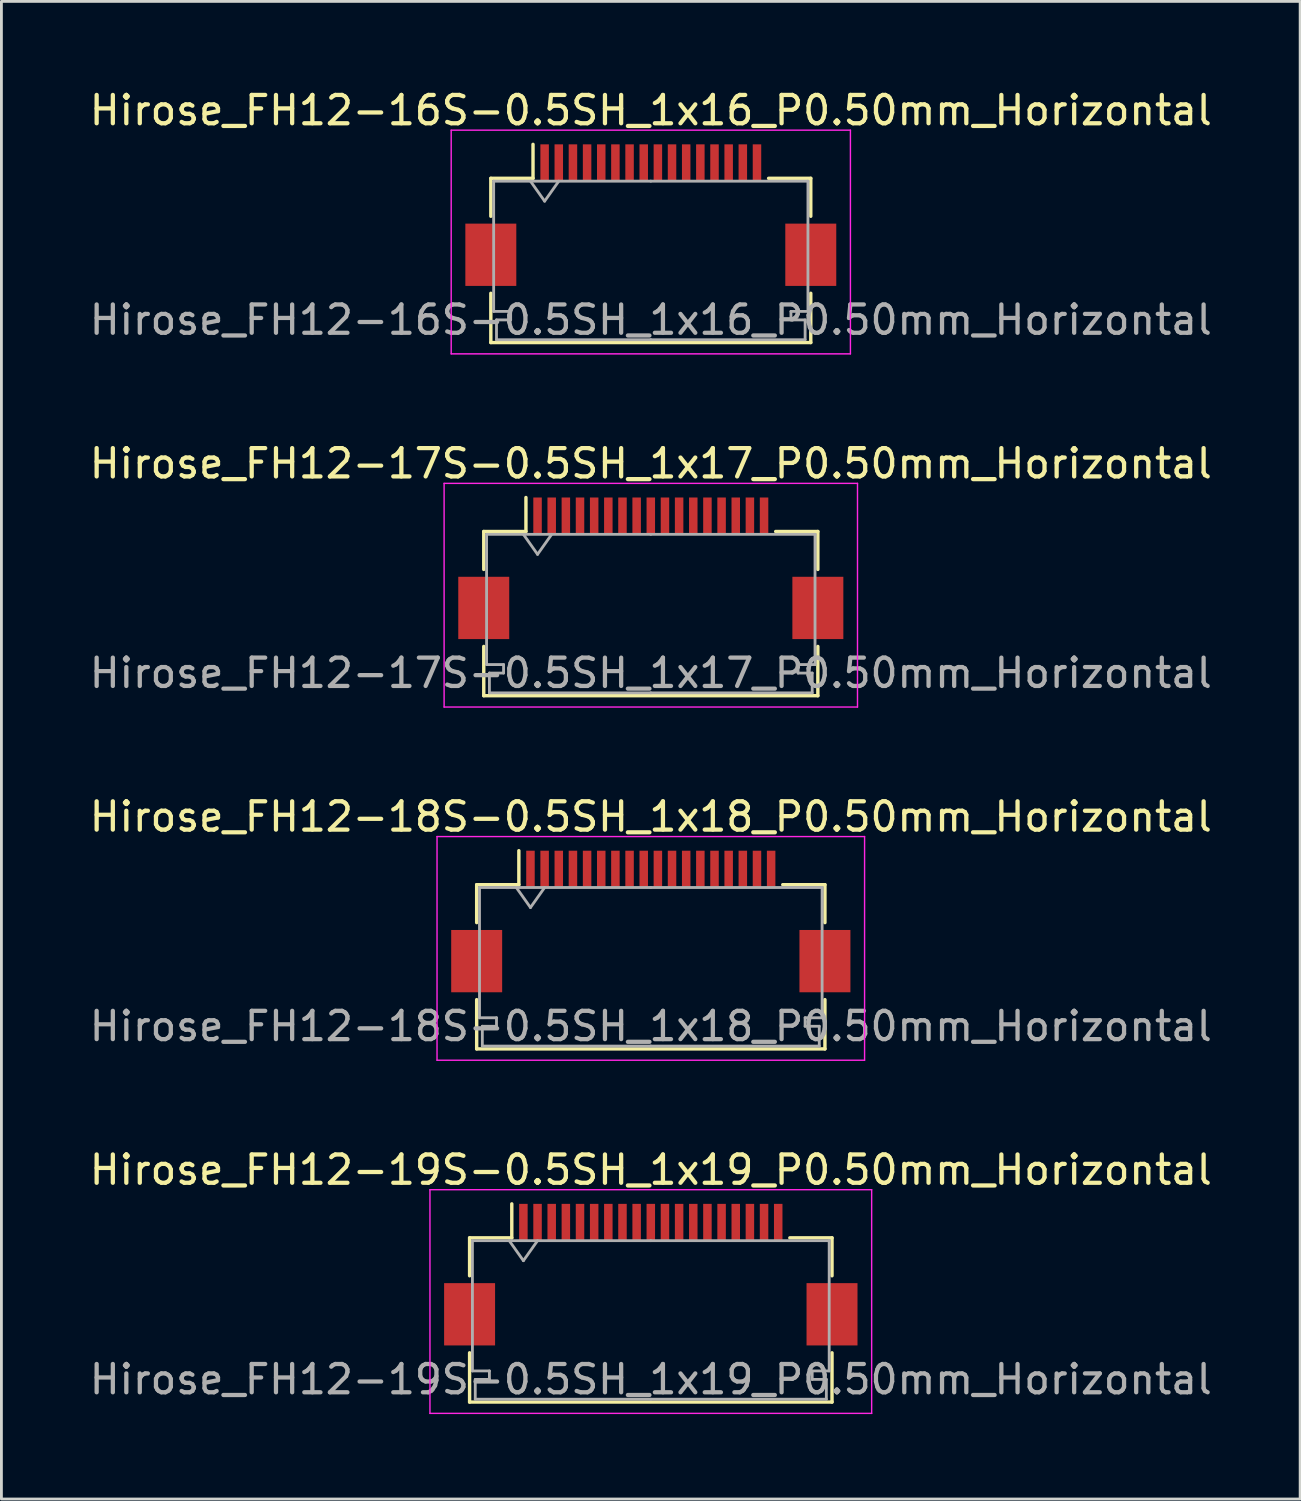
<source format=kicad_pcb>
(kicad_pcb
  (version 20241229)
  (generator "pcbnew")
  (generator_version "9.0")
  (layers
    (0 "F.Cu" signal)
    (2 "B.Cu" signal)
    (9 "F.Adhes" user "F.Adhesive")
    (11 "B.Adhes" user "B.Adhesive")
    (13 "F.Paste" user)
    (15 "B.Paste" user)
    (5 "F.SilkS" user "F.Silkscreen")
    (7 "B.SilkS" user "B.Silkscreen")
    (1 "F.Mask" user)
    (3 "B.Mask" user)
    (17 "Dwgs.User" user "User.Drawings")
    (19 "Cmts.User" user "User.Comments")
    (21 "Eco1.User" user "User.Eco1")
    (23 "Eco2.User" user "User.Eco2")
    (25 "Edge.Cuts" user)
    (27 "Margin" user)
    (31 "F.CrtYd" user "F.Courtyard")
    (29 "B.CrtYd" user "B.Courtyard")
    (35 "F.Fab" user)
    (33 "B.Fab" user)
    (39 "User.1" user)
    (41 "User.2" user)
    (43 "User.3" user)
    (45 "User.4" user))
  (footprint "Hirose_FH12-16S-0.5SH_1x16_P0.50mm_Horizontal"
    (layer "F.Cu")
    (at 19.935 4.548)
    (property "Reference" "Hirose_FH12-16S-0.5SH_1x16_P0.50mm_Horizontal" (at 0 -3.7 0) (layer "F.SilkS") (effects (font (size 1 1) (thickness 0.15))))
    (attr smd)
    (fp_line (start -5.65 -1.3) (end -5.65 0.04) (stroke (width 0.12) (type solid)) (layer "F.SilkS"))
    (fp_line (start -5.65 2.76) (end -5.65 4.5) (stroke (width 0.12) (type solid)) (layer "F.SilkS"))
    (fp_line (start -5.65 4.5) (end 5.65 4.5) (stroke (width 0.12) (type solid)) (layer "F.SilkS"))
    (fp_line (start -4.16 -1.3) (end -5.65 -1.3) (stroke (width 0.12) (type solid)) (layer "F.SilkS"))
    (fp_line (start -4.16 -1.3) (end -4.16 -2.5) (stroke (width 0.12) (type solid)) (layer "F.SilkS"))
    (fp_line (start 4.16 -1.3) (end 5.65 -1.3) (stroke (width 0.12) (type solid)) (layer "F.SilkS"))
    (fp_line (start 5.65 -1.3) (end 5.65 0.04) (stroke (width 0.12) (type solid)) (layer "F.SilkS"))
    (fp_line (start 5.65 4.5) (end 5.65 2.76) (stroke (width 0.12) (type solid)) (layer "F.SilkS"))
    (fp_line (start -7.05 -3) (end -7.05 4.9) (stroke (width 0.05) (type solid)) (layer "F.CrtYd"))
    (fp_line (start -7.05 4.9) (end 7.05 4.9) (stroke (width 0.05) (type solid)) (layer "F.CrtYd"))
    (fp_line (start 7.05 -3) (end -7.05 -3) (stroke (width 0.05) (type solid)) (layer "F.CrtYd"))
    (fp_line (start 7.05 4.9) (end 7.05 -3) (stroke (width 0.05) (type solid)) (layer "F.CrtYd"))
    (fp_line (start -5.55 -1.2) (end -5.55 3.4) (stroke (width 0.1) (type solid)) (layer "F.Fab"))
    (fp_line (start -5.55 3.4) (end -4.95 3.4) (stroke (width 0.1) (type solid)) (layer "F.Fab"))
    (fp_line (start -5.45 3.7) (end -5.45 4.4) (stroke (width 0.1) (type solid)) (layer "F.Fab"))
    (fp_line (start -5.45 4.4) (end 0 4.4) (stroke (width 0.1) (type solid)) (layer "F.Fab"))
    (fp_line (start -4.95 3.4) (end -4.95 3.7) (stroke (width 0.1) (type solid)) (layer "F.Fab"))
    (fp_line (start -4.95 3.7) (end -5.45 3.7) (stroke (width 0.1) (type solid)) (layer "F.Fab"))
    (fp_line (start -4.25 -1.2) (end -3.75 -0.493) (stroke (width 0.1) (type solid)) (layer "F.Fab"))
    (fp_line (start -3.75 -0.493) (end -3.25 -1.2) (stroke (width 0.1) (type solid)) (layer "F.Fab"))
    (fp_line (start 0 -1.2) (end -5.55 -1.2) (stroke (width 0.1) (type solid)) (layer "F.Fab"))
    (fp_line (start 0 -1.2) (end 5.55 -1.2) (stroke (width 0.1) (type solid)) (layer "F.Fab"))
    (fp_line (start 4.95 3.4) (end 4.95 3.7) (stroke (width 0.1) (type solid)) (layer "F.Fab"))
    (fp_line (start 4.95 3.7) (end 5.45 3.7) (stroke (width 0.1) (type solid)) (layer "F.Fab"))
    (fp_line (start 5.45 3.7) (end 5.45 4.4) (stroke (width 0.1) (type solid)) (layer "F.Fab"))
    (fp_line (start 5.45 4.4) (end 0 4.4) (stroke (width 0.1) (type solid)) (layer "F.Fab"))
    (fp_line (start 5.55 -1.2) (end 5.55 3.4) (stroke (width 0.1) (type solid)) (layer "F.Fab"))
    (fp_line (start 5.55 3.4) (end 4.95 3.4) (stroke (width 0.1) (type solid)) (layer "F.Fab"))
    (fp_text user "${REFERENCE}" (at 0 3.7 0) (layer "F.Fab") (effects (font (size 1 1) (thickness 0.15))))
    (pad "" smd rect (at -5.65 1.4) (size 1.8 2.2) (layers "F.Cu" "F.Mask" "F.Paste"))
    (pad "" smd rect (at 5.65 1.4) (size 1.8 2.2) (layers "F.Cu" "F.Mask" "F.Paste"))
    (pad "1" smd rect (at -3.75 -1.85) (size 0.3 1.3) (layers "F.Cu" "F.Mask" "F.Paste"))
    (pad "2" smd rect (at -3.25 -1.85) (size 0.3 1.3) (layers "F.Cu" "F.Mask" "F.Paste"))
    (pad "3" smd rect (at -2.75 -1.85) (size 0.3 1.3) (layers "F.Cu" "F.Mask" "F.Paste"))
    (pad "4" smd rect (at -2.25 -1.85) (size 0.3 1.3) (layers "F.Cu" "F.Mask" "F.Paste"))
    (pad "5" smd rect (at -1.75 -1.85) (size 0.3 1.3) (layers "F.Cu" "F.Mask" "F.Paste"))
    (pad "6" smd rect (at -1.25 -1.85) (size 0.3 1.3) (layers "F.Cu" "F.Mask" "F.Paste"))
    (pad "7" smd rect (at -0.75 -1.85) (size 0.3 1.3) (layers "F.Cu" "F.Mask" "F.Paste"))
    (pad "8" smd rect (at -0.25 -1.85) (size 0.3 1.3) (layers "F.Cu" "F.Mask" "F.Paste"))
    (pad "9" smd rect (at 0.25 -1.85) (size 0.3 1.3) (layers "F.Cu" "F.Mask" "F.Paste"))
    (pad "10" smd rect (at 0.75 -1.85) (size 0.3 1.3) (layers "F.Cu" "F.Mask" "F.Paste"))
    (pad "11" smd rect (at 1.25 -1.85) (size 0.3 1.3) (layers "F.Cu" "F.Mask" "F.Paste"))
    (pad "12" smd rect (at 1.75 -1.85) (size 0.3 1.3) (layers "F.Cu" "F.Mask" "F.Paste"))
    (pad "13" smd rect (at 2.25 -1.85) (size 0.3 1.3) (layers "F.Cu" "F.Mask" "F.Paste"))
    (pad "14" smd rect (at 2.75 -1.85) (size 0.3 1.3) (layers "F.Cu" "F.Mask" "F.Paste"))
    (pad "15" smd rect (at 3.25 -1.85) (size 0.3 1.3) (layers "F.Cu" "F.Mask" "F.Paste"))
    (pad "16" smd rect (at 3.75 -1.85) (size 0.3 1.3) (layers "F.Cu" "F.Mask" "F.Paste")))
  (footprint "Hirose_FH12-19S-0.5SH_1x19_P0.50mm_Horizontal"
    (layer "F.Cu")
    (at 19.935 41.968)
    (property "Reference" "Hirose_FH12-19S-0.5SH_1x19_P0.50mm_Horizontal" (at 0 -3.7 0) (layer "F.SilkS") (effects (font (size 1 1) (thickness 0.15))))
    (attr smd)
    (fp_line (start -6.4 -1.3) (end -6.4 0.04) (stroke (width 0.12) (type solid)) (layer "F.SilkS"))
    (fp_line (start -6.4 2.76) (end -6.4 4.5) (stroke (width 0.12) (type solid)) (layer "F.SilkS"))
    (fp_line (start -6.4 4.5) (end 6.4 4.5) (stroke (width 0.12) (type solid)) (layer "F.SilkS"))
    (fp_line (start -4.91 -1.3) (end -6.4 -1.3) (stroke (width 0.12) (type solid)) (layer "F.SilkS"))
    (fp_line (start -4.91 -1.3) (end -4.91 -2.5) (stroke (width 0.12) (type solid)) (layer "F.SilkS"))
    (fp_line (start 4.91 -1.3) (end 6.4 -1.3) (stroke (width 0.12) (type solid)) (layer "F.SilkS"))
    (fp_line (start 6.4 -1.3) (end 6.4 0.04) (stroke (width 0.12) (type solid)) (layer "F.SilkS"))
    (fp_line (start 6.4 4.5) (end 6.4 2.76) (stroke (width 0.12) (type solid)) (layer "F.SilkS"))
    (fp_line (start -7.8 -3) (end -7.8 4.9) (stroke (width 0.05) (type solid)) (layer "F.CrtYd"))
    (fp_line (start -7.8 4.9) (end 7.8 4.9) (stroke (width 0.05) (type solid)) (layer "F.CrtYd"))
    (fp_line (start 7.8 -3) (end -7.8 -3) (stroke (width 0.05) (type solid)) (layer "F.CrtYd"))
    (fp_line (start 7.8 4.9) (end 7.8 -3) (stroke (width 0.05) (type solid)) (layer "F.CrtYd"))
    (fp_line (start -6.3 -1.2) (end -6.3 3.4) (stroke (width 0.1) (type solid)) (layer "F.Fab"))
    (fp_line (start -6.3 3.4) (end -5.7 3.4) (stroke (width 0.1) (type solid)) (layer "F.Fab"))
    (fp_line (start -6.2 3.7) (end -6.2 4.4) (stroke (width 0.1) (type solid)) (layer "F.Fab"))
    (fp_line (start -6.2 4.4) (end 0 4.4) (stroke (width 0.1) (type solid)) (layer "F.Fab"))
    (fp_line (start -5.7 3.4) (end -5.7 3.7) (stroke (width 0.1) (type solid)) (layer "F.Fab"))
    (fp_line (start -5.7 3.7) (end -6.2 3.7) (stroke (width 0.1) (type solid)) (layer "F.Fab"))
    (fp_line (start -5 -1.2) (end -4.5 -0.493) (stroke (width 0.1) (type solid)) (layer "F.Fab"))
    (fp_line (start -4.5 -0.493) (end -4 -1.2) (stroke (width 0.1) (type solid)) (layer "F.Fab"))
    (fp_line (start 0 -1.2) (end -6.3 -1.2) (stroke (width 0.1) (type solid)) (layer "F.Fab"))
    (fp_line (start 0 -1.2) (end 6.3 -1.2) (stroke (width 0.1) (type solid)) (layer "F.Fab"))
    (fp_line (start 5.7 3.4) (end 5.7 3.7) (stroke (width 0.1) (type solid)) (layer "F.Fab"))
    (fp_line (start 5.7 3.7) (end 6.2 3.7) (stroke (width 0.1) (type solid)) (layer "F.Fab"))
    (fp_line (start 6.2 3.7) (end 6.2 4.4) (stroke (width 0.1) (type solid)) (layer "F.Fab"))
    (fp_line (start 6.2 4.4) (end 0 4.4) (stroke (width 0.1) (type solid)) (layer "F.Fab"))
    (fp_line (start 6.3 -1.2) (end 6.3 3.4) (stroke (width 0.1) (type solid)) (layer "F.Fab"))
    (fp_line (start 6.3 3.4) (end 5.7 3.4) (stroke (width 0.1) (type solid)) (layer "F.Fab"))
    (fp_text user "${REFERENCE}" (at 0 3.7 0) (layer "F.Fab") (effects (font (size 1 1) (thickness 0.15))))
    (pad "" smd rect (at -6.4 1.4) (size 1.8 2.2) (layers "F.Cu" "F.Mask" "F.Paste"))
    (pad "" smd rect (at 6.4 1.4) (size 1.8 2.2) (layers "F.Cu" "F.Mask" "F.Paste"))
    (pad "1" smd rect (at -4.5 -1.85) (size 0.3 1.3) (layers "F.Cu" "F.Mask" "F.Paste"))
    (pad "2" smd rect (at -4 -1.85) (size 0.3 1.3) (layers "F.Cu" "F.Mask" "F.Paste"))
    (pad "3" smd rect (at -3.5 -1.85) (size 0.3 1.3) (layers "F.Cu" "F.Mask" "F.Paste"))
    (pad "4" smd rect (at -3 -1.85) (size 0.3 1.3) (layers "F.Cu" "F.Mask" "F.Paste"))
    (pad "5" smd rect (at -2.5 -1.85) (size 0.3 1.3) (layers "F.Cu" "F.Mask" "F.Paste"))
    (pad "6" smd rect (at -2 -1.85) (size 0.3 1.3) (layers "F.Cu" "F.Mask" "F.Paste"))
    (pad "7" smd rect (at -1.5 -1.85) (size 0.3 1.3) (layers "F.Cu" "F.Mask" "F.Paste"))
    (pad "8" smd rect (at -1 -1.85) (size 0.3 1.3) (layers "F.Cu" "F.Mask" "F.Paste"))
    (pad "9" smd rect (at -0.5 -1.85) (size 0.3 1.3) (layers "F.Cu" "F.Mask" "F.Paste"))
    (pad "10" smd rect (at 0 -1.85) (size 0.3 1.3) (layers "F.Cu" "F.Mask" "F.Paste"))
    (pad "11" smd rect (at 0.5 -1.85) (size 0.3 1.3) (layers "F.Cu" "F.Mask" "F.Paste"))
    (pad "12" smd rect (at 1 -1.85) (size 0.3 1.3) (layers "F.Cu" "F.Mask" "F.Paste"))
    (pad "13" smd rect (at 1.5 -1.85) (size 0.3 1.3) (layers "F.Cu" "F.Mask" "F.Paste"))
    (pad "14" smd rect (at 2 -1.85) (size 0.3 1.3) (layers "F.Cu" "F.Mask" "F.Paste"))
    (pad "15" smd rect (at 2.5 -1.85) (size 0.3 1.3) (layers "F.Cu" "F.Mask" "F.Paste"))
    (pad "16" smd rect (at 3 -1.85) (size 0.3 1.3) (layers "F.Cu" "F.Mask" "F.Paste"))
    (pad "17" smd rect (at 3.5 -1.85) (size 0.3 1.3) (layers "F.Cu" "F.Mask" "F.Paste"))
    (pad "18" smd rect (at 4 -1.85) (size 0.3 1.3) (layers "F.Cu" "F.Mask" "F.Paste"))
    (pad "19" smd rect (at 4.5 -1.85) (size 0.3 1.3) (layers "F.Cu" "F.Mask" "F.Paste")))
  (footprint "Hirose_FH12-17S-0.5SH_1x17_P0.50mm_Horizontal"
    (layer "F.Cu")
    (at 19.935 17.021)
    (property "Reference" "Hirose_FH12-17S-0.5SH_1x17_P0.50mm_Horizontal" (at 0 -3.7 0) (layer "F.SilkS") (effects (font (size 1 1) (thickness 0.15))))
    (attr smd)
    (fp_line (start -5.9 -1.3) (end -5.9 0.04) (stroke (width 0.12) (type solid)) (layer "F.SilkS"))
    (fp_line (start -5.9 2.76) (end -5.9 4.5) (stroke (width 0.12) (type solid)) (layer "F.SilkS"))
    (fp_line (start -5.9 4.5) (end 5.9 4.5) (stroke (width 0.12) (type solid)) (layer "F.SilkS"))
    (fp_line (start -4.41 -1.3) (end -5.9 -1.3) (stroke (width 0.12) (type solid)) (layer "F.SilkS"))
    (fp_line (start -4.41 -1.3) (end -4.41 -2.5) (stroke (width 0.12) (type solid)) (layer "F.SilkS"))
    (fp_line (start 4.41 -1.3) (end 5.9 -1.3) (stroke (width 0.12) (type solid)) (layer "F.SilkS"))
    (fp_line (start 5.9 -1.3) (end 5.9 0.04) (stroke (width 0.12) (type solid)) (layer "F.SilkS"))
    (fp_line (start 5.9 4.5) (end 5.9 2.76) (stroke (width 0.12) (type solid)) (layer "F.SilkS"))
    (fp_line (start -7.3 -3) (end -7.3 4.9) (stroke (width 0.05) (type solid)) (layer "F.CrtYd"))
    (fp_line (start -7.3 4.9) (end 7.3 4.9) (stroke (width 0.05) (type solid)) (layer "F.CrtYd"))
    (fp_line (start 7.3 -3) (end -7.3 -3) (stroke (width 0.05) (type solid)) (layer "F.CrtYd"))
    (fp_line (start 7.3 4.9) (end 7.3 -3) (stroke (width 0.05) (type solid)) (layer "F.CrtYd"))
    (fp_line (start -5.8 -1.2) (end -5.8 3.4) (stroke (width 0.1) (type solid)) (layer "F.Fab"))
    (fp_line (start -5.8 3.4) (end -5.2 3.4) (stroke (width 0.1) (type solid)) (layer "F.Fab"))
    (fp_line (start -5.7 3.7) (end -5.7 4.4) (stroke (width 0.1) (type solid)) (layer "F.Fab"))
    (fp_line (start -5.7 4.4) (end 0 4.4) (stroke (width 0.1) (type solid)) (layer "F.Fab"))
    (fp_line (start -5.2 3.4) (end -5.2 3.7) (stroke (width 0.1) (type solid)) (layer "F.Fab"))
    (fp_line (start -5.2 3.7) (end -5.7 3.7) (stroke (width 0.1) (type solid)) (layer "F.Fab"))
    (fp_line (start -4.5 -1.2) (end -4 -0.493) (stroke (width 0.1) (type solid)) (layer "F.Fab"))
    (fp_line (start -4 -0.493) (end -3.5 -1.2) (stroke (width 0.1) (type solid)) (layer "F.Fab"))
    (fp_line (start 0 -1.2) (end -5.8 -1.2) (stroke (width 0.1) (type solid)) (layer "F.Fab"))
    (fp_line (start 0 -1.2) (end 5.8 -1.2) (stroke (width 0.1) (type solid)) (layer "F.Fab"))
    (fp_line (start 5.2 3.4) (end 5.2 3.7) (stroke (width 0.1) (type solid)) (layer "F.Fab"))
    (fp_line (start 5.2 3.7) (end 5.7 3.7) (stroke (width 0.1) (type solid)) (layer "F.Fab"))
    (fp_line (start 5.7 3.7) (end 5.7 4.4) (stroke (width 0.1) (type solid)) (layer "F.Fab"))
    (fp_line (start 5.7 4.4) (end 0 4.4) (stroke (width 0.1) (type solid)) (layer "F.Fab"))
    (fp_line (start 5.8 -1.2) (end 5.8 3.4) (stroke (width 0.1) (type solid)) (layer "F.Fab"))
    (fp_line (start 5.8 3.4) (end 5.2 3.4) (stroke (width 0.1) (type solid)) (layer "F.Fab"))
    (fp_text user "${REFERENCE}" (at 0 3.7 0) (layer "F.Fab") (effects (font (size 1 1) (thickness 0.15))))
    (pad "" smd rect (at -5.9 1.4) (size 1.8 2.2) (layers "F.Cu" "F.Mask" "F.Paste"))
    (pad "" smd rect (at 5.9 1.4) (size 1.8 2.2) (layers "F.Cu" "F.Mask" "F.Paste"))
    (pad "1" smd rect (at -4 -1.85) (size 0.3 1.3) (layers "F.Cu" "F.Mask" "F.Paste"))
    (pad "2" smd rect (at -3.5 -1.85) (size 0.3 1.3) (layers "F.Cu" "F.Mask" "F.Paste"))
    (pad "3" smd rect (at -3 -1.85) (size 0.3 1.3) (layers "F.Cu" "F.Mask" "F.Paste"))
    (pad "4" smd rect (at -2.5 -1.85) (size 0.3 1.3) (layers "F.Cu" "F.Mask" "F.Paste"))
    (pad "5" smd rect (at -2 -1.85) (size 0.3 1.3) (layers "F.Cu" "F.Mask" "F.Paste"))
    (pad "6" smd rect (at -1.5 -1.85) (size 0.3 1.3) (layers "F.Cu" "F.Mask" "F.Paste"))
    (pad "7" smd rect (at -1 -1.85) (size 0.3 1.3) (layers "F.Cu" "F.Mask" "F.Paste"))
    (pad "8" smd rect (at -0.5 -1.85) (size 0.3 1.3) (layers "F.Cu" "F.Mask" "F.Paste"))
    (pad "9" smd rect (at 0 -1.85) (size 0.3 1.3) (layers "F.Cu" "F.Mask" "F.Paste"))
    (pad "10" smd rect (at 0.5 -1.85) (size 0.3 1.3) (layers "F.Cu" "F.Mask" "F.Paste"))
    (pad "11" smd rect (at 1 -1.85) (size 0.3 1.3) (layers "F.Cu" "F.Mask" "F.Paste"))
    (pad "12" smd rect (at 1.5 -1.85) (size 0.3 1.3) (layers "F.Cu" "F.Mask" "F.Paste"))
    (pad "13" smd rect (at 2 -1.85) (size 0.3 1.3) (layers "F.Cu" "F.Mask" "F.Paste"))
    (pad "14" smd rect (at 2.5 -1.85) (size 0.3 1.3) (layers "F.Cu" "F.Mask" "F.Paste"))
    (pad "15" smd rect (at 3 -1.85) (size 0.3 1.3) (layers "F.Cu" "F.Mask" "F.Paste"))
    (pad "16" smd rect (at 3.5 -1.85) (size 0.3 1.3) (layers "F.Cu" "F.Mask" "F.Paste"))
    (pad "17" smd rect (at 4 -1.85) (size 0.3 1.3) (layers "F.Cu" "F.Mask" "F.Paste")))
  (footprint "Hirose_FH12-18S-0.5SH_1x18_P0.50mm_Horizontal"
    (layer "F.Cu")
    (at 19.935 29.495)
    (property "Reference" "Hirose_FH12-18S-0.5SH_1x18_P0.50mm_Horizontal" (at 0 -3.7 0) (layer "F.SilkS") (effects (font (size 1 1) (thickness 0.15))))
    (attr smd)
    (fp_line (start -6.15 -1.3) (end -6.15 0.04) (stroke (width 0.12) (type solid)) (layer "F.SilkS"))
    (fp_line (start -6.15 2.76) (end -6.15 4.5) (stroke (width 0.12) (type solid)) (layer "F.SilkS"))
    (fp_line (start -6.15 4.5) (end 6.15 4.5) (stroke (width 0.12) (type solid)) (layer "F.SilkS"))
    (fp_line (start -4.66 -1.3) (end -6.15 -1.3) (stroke (width 0.12) (type solid)) (layer "F.SilkS"))
    (fp_line (start -4.66 -1.3) (end -4.66 -2.5) (stroke (width 0.12) (type solid)) (layer "F.SilkS"))
    (fp_line (start 4.66 -1.3) (end 6.15 -1.3) (stroke (width 0.12) (type solid)) (layer "F.SilkS"))
    (fp_line (start 6.15 -1.3) (end 6.15 0.04) (stroke (width 0.12) (type solid)) (layer "F.SilkS"))
    (fp_line (start 6.15 4.5) (end 6.15 2.76) (stroke (width 0.12) (type solid)) (layer "F.SilkS"))
    (fp_line (start -7.55 -3) (end -7.55 4.9) (stroke (width 0.05) (type solid)) (layer "F.CrtYd"))
    (fp_line (start -7.55 4.9) (end 7.55 4.9) (stroke (width 0.05) (type solid)) (layer "F.CrtYd"))
    (fp_line (start 7.55 -3) (end -7.55 -3) (stroke (width 0.05) (type solid)) (layer "F.CrtYd"))
    (fp_line (start 7.55 4.9) (end 7.55 -3) (stroke (width 0.05) (type solid)) (layer "F.CrtYd"))
    (fp_line (start -6.05 -1.2) (end -6.05 3.4) (stroke (width 0.1) (type solid)) (layer "F.Fab"))
    (fp_line (start -6.05 3.4) (end -5.45 3.4) (stroke (width 0.1) (type solid)) (layer "F.Fab"))
    (fp_line (start -5.95 3.7) (end -5.95 4.4) (stroke (width 0.1) (type solid)) (layer "F.Fab"))
    (fp_line (start -5.95 4.4) (end 0 4.4) (stroke (width 0.1) (type solid)) (layer "F.Fab"))
    (fp_line (start -5.45 3.4) (end -5.45 3.7) (stroke (width 0.1) (type solid)) (layer "F.Fab"))
    (fp_line (start -5.45 3.7) (end -5.95 3.7) (stroke (width 0.1) (type solid)) (layer "F.Fab"))
    (fp_line (start -4.75 -1.2) (end -4.25 -0.493) (stroke (width 0.1) (type solid)) (layer "F.Fab"))
    (fp_line (start -4.25 -0.493) (end -3.75 -1.2) (stroke (width 0.1) (type solid)) (layer "F.Fab"))
    (fp_line (start 0 -1.2) (end -6.05 -1.2) (stroke (width 0.1) (type solid)) (layer "F.Fab"))
    (fp_line (start 0 -1.2) (end 6.05 -1.2) (stroke (width 0.1) (type solid)) (layer "F.Fab"))
    (fp_line (start 5.45 3.4) (end 5.45 3.7) (stroke (width 0.1) (type solid)) (layer "F.Fab"))
    (fp_line (start 5.45 3.7) (end 5.95 3.7) (stroke (width 0.1) (type solid)) (layer "F.Fab"))
    (fp_line (start 5.95 3.7) (end 5.95 4.4) (stroke (width 0.1) (type solid)) (layer "F.Fab"))
    (fp_line (start 5.95 4.4) (end 0 4.4) (stroke (width 0.1) (type solid)) (layer "F.Fab"))
    (fp_line (start 6.05 -1.2) (end 6.05 3.4) (stroke (width 0.1) (type solid)) (layer "F.Fab"))
    (fp_line (start 6.05 3.4) (end 5.45 3.4) (stroke (width 0.1) (type solid)) (layer "F.Fab"))
    (fp_text user "${REFERENCE}" (at 0 3.7 0) (layer "F.Fab") (effects (font (size 1 1) (thickness 0.15))))
    (pad "" smd rect (at -6.15 1.4) (size 1.8 2.2) (layers "F.Cu" "F.Mask" "F.Paste"))
    (pad "" smd rect (at 6.15 1.4) (size 1.8 2.2) (layers "F.Cu" "F.Mask" "F.Paste"))
    (pad "1" smd rect (at -4.25 -1.85) (size 0.3 1.3) (layers "F.Cu" "F.Mask" "F.Paste"))
    (pad "2" smd rect (at -3.75 -1.85) (size 0.3 1.3) (layers "F.Cu" "F.Mask" "F.Paste"))
    (pad "3" smd rect (at -3.25 -1.85) (size 0.3 1.3) (layers "F.Cu" "F.Mask" "F.Paste"))
    (pad "4" smd rect (at -2.75 -1.85) (size 0.3 1.3) (layers "F.Cu" "F.Mask" "F.Paste"))
    (pad "5" smd rect (at -2.25 -1.85) (size 0.3 1.3) (layers "F.Cu" "F.Mask" "F.Paste"))
    (pad "6" smd rect (at -1.75 -1.85) (size 0.3 1.3) (layers "F.Cu" "F.Mask" "F.Paste"))
    (pad "7" smd rect (at -1.25 -1.85) (size 0.3 1.3) (layers "F.Cu" "F.Mask" "F.Paste"))
    (pad "8" smd rect (at -0.75 -1.85) (size 0.3 1.3) (layers "F.Cu" "F.Mask" "F.Paste"))
    (pad "9" smd rect (at -0.25 -1.85) (size 0.3 1.3) (layers "F.Cu" "F.Mask" "F.Paste"))
    (pad "10" smd rect (at 0.25 -1.85) (size 0.3 1.3) (layers "F.Cu" "F.Mask" "F.Paste"))
    (pad "11" smd rect (at 0.75 -1.85) (size 0.3 1.3) (layers "F.Cu" "F.Mask" "F.Paste"))
    (pad "12" smd rect (at 1.25 -1.85) (size 0.3 1.3) (layers "F.Cu" "F.Mask" "F.Paste"))
    (pad "13" smd rect (at 1.75 -1.85) (size 0.3 1.3) (layers "F.Cu" "F.Mask" "F.Paste"))
    (pad "14" smd rect (at 2.25 -1.85) (size 0.3 1.3) (layers "F.Cu" "F.Mask" "F.Paste"))
    (pad "15" smd rect (at 2.75 -1.85) (size 0.3 1.3) (layers "F.Cu" "F.Mask" "F.Paste"))
    (pad "16" smd rect (at 3.25 -1.85) (size 0.3 1.3) (layers "F.Cu" "F.Mask" "F.Paste"))
    (pad "17" smd rect (at 3.75 -1.85) (size 0.3 1.3) (layers "F.Cu" "F.Mask" "F.Paste"))
    (pad "18" smd rect (at 4.25 -1.85) (size 0.3 1.3) (layers "F.Cu" "F.Mask" "F.Paste")))
  (gr_rect
    (start -3 -3)
    (end 42.869 49.893)
    (stroke (width 0.1) (type default))
    (fill no)
    (layer "Edge.Cuts")))
</source>
